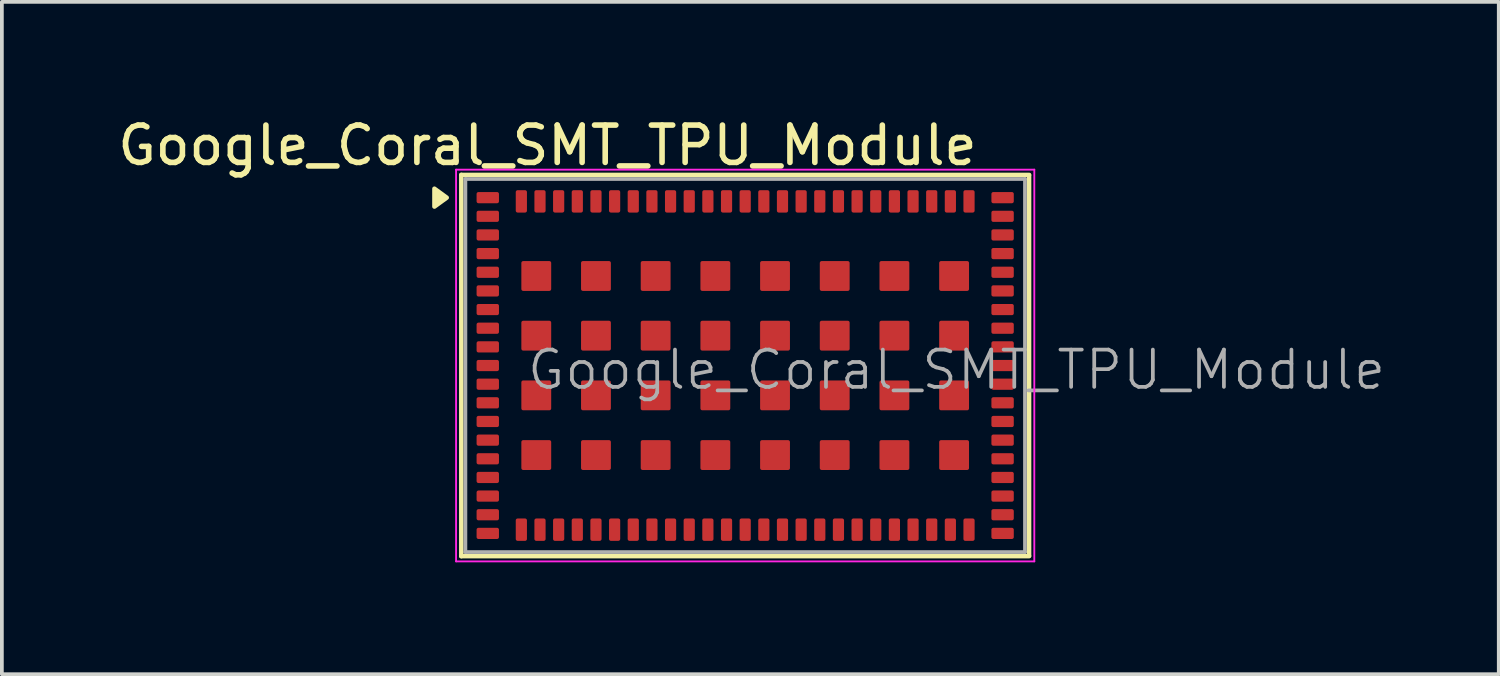
<source format=kicad_pcb>
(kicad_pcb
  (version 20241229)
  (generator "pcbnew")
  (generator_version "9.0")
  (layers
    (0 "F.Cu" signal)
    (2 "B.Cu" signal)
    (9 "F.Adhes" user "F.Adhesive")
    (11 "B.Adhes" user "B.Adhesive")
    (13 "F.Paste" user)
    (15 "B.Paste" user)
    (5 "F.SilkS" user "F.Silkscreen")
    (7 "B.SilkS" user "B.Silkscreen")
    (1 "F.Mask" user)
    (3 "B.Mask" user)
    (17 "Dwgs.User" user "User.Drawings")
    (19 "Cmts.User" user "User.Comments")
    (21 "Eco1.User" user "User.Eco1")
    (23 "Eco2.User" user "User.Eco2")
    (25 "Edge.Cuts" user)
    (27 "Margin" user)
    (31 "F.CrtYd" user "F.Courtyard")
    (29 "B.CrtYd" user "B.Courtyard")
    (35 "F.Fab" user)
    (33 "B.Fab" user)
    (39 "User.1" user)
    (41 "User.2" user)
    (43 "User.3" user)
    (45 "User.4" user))
  (footprint "Google_Coral_SMT_TPU_Module"
    (layer "F.Cu")
    (at 10.025 2.248)
    (property "Reference" "Google_Coral_SMT_TPU_Module" (at 1.6 -1.4 180) (layer "F.SilkS") (effects (font (size 1 1) (thickness 0.15))))
    (attr smd)
    (fp_line (start -0.71 -0.61) (end 14.51 -0.61) (stroke (width 0.12) (type solid)) (layer "F.SilkS"))
    (fp_line (start -0.71 9.61) (end -0.71 -0.61) (stroke (width 0.12) (type solid)) (layer "F.SilkS"))
    (fp_line (start 14.51 -0.6) (end 14.51 9.6) (stroke (width 0.12) (type solid)) (layer "F.SilkS"))
    (fp_line (start 14.51 9.61) (end -0.71 9.61) (stroke (width 0.12) (type solid)) (layer "F.SilkS"))
    (fp_poly (pts (xy -1.1 0) (xy -1.43 0.24) (xy -1.43 -0.24) (xy -1.1 0)) (stroke (width 0.12) (type solid)) (fill yes) (layer "F.SilkS"))
    (fp_line (start -0.85 -0.75) (end 14.65 -0.75) (stroke (width 0.05) (type solid)) (layer "F.CrtYd"))
    (fp_line (start -0.85 9.75) (end -0.85 -0.75) (stroke (width 0.05) (type solid)) (layer "F.CrtYd"))
    (fp_line (start 14.65 -0.75) (end 14.65 9.75) (stroke (width 0.05) (type solid)) (layer "F.CrtYd"))
    (fp_line (start 14.65 9.75) (end -0.85 9.75) (stroke (width 0.05) (type solid)) (layer "F.CrtYd"))
    (fp_line (start -0.6 -0.5) (end 14.4 -0.5) (stroke (width 0.1) (type solid)) (layer "F.Fab"))
    (fp_line (start -0.6 9.5) (end -0.6 -0.5) (stroke (width 0.1) (type solid)) (layer "F.Fab"))
    (fp_line (start 14.4 -0.5) (end 14.4 9.5) (stroke (width 0.1) (type solid)) (layer "F.Fab"))
    (fp_line (start 14.4 9.5) (end -0.6 9.5) (stroke (width 0.1) (type solid)) (layer "F.Fab"))
    (fp_text user "${REFERENCE}" (at 1 5.2 0) (unlocked yes) (layer "F.Fab") (effects (font (size 1 1) (thickness 0.1)) (justify left bottom)))
    (pad "1" smd roundrect (at 0 0 270) (size 0.3 0.6) (layers "F.Cu" "F.Mask" "F.Paste") (roundrect_rratio 0.167))
    (pad "2" smd roundrect (at 0 0.5 270) (size 0.3 0.6) (layers "F.Cu" "F.Mask" "F.Paste") (roundrect_rratio 0.167))
    (pad "3" smd roundrect (at 0 1 270) (size 0.3 0.6) (layers "F.Cu" "F.Mask" "F.Paste") (roundrect_rratio 0.167))
    (pad "4" smd roundrect (at 0 1.5 270) (size 0.3 0.6) (layers "F.Cu" "F.Mask" "F.Paste") (roundrect_rratio 0.167))
    (pad "5" smd roundrect (at 0 2 270) (size 0.3 0.6) (layers "F.Cu" "F.Mask" "F.Paste") (roundrect_rratio 0.167))
    (pad "6" smd roundrect (at 0 2.5 270) (size 0.3 0.6) (layers "F.Cu" "F.Mask" "F.Paste") (roundrect_rratio 0.167))
    (pad "7" smd roundrect (at 0 3 270) (size 0.3 0.6) (layers "F.Cu" "F.Mask" "F.Paste") (roundrect_rratio 0.167))
    (pad "8" smd roundrect (at 0 3.5 270) (size 0.3 0.6) (layers "F.Cu" "F.Mask" "F.Paste") (roundrect_rratio 0.167))
    (pad "9" smd roundrect (at 0 4 270) (size 0.3 0.6) (layers "F.Cu" "F.Mask" "F.Paste") (roundrect_rratio 0.167))
    (pad "10" smd roundrect (at 0 4.5 270) (size 0.3 0.6) (layers "F.Cu" "F.Mask" "F.Paste") (roundrect_rratio 0.167))
    (pad "11" smd roundrect (at 0 5 270) (size 0.3 0.6) (layers "F.Cu" "F.Mask" "F.Paste") (roundrect_rratio 0.167))
    (pad "12" smd roundrect (at 0 5.5 270) (size 0.3 0.6) (layers "F.Cu" "F.Mask" "F.Paste") (roundrect_rratio 0.167))
    (pad "13" smd roundrect (at 0 6 270) (size 0.3 0.6) (layers "F.Cu" "F.Mask" "F.Paste") (roundrect_rratio 0.167))
    (pad "14" smd roundrect (at 0 6.5 270) (size 0.3 0.6) (layers "F.Cu" "F.Mask" "F.Paste") (roundrect_rratio 0.167))
    (pad "15" smd roundrect (at 0 7 270) (size 0.3 0.6) (layers "F.Cu" "F.Mask" "F.Paste") (roundrect_rratio 0.167))
    (pad "16" smd roundrect (at 0 7.5 270) (size 0.3 0.6) (layers "F.Cu" "F.Mask" "F.Paste") (roundrect_rratio 0.167))
    (pad "17" smd roundrect (at 0 8 270) (size 0.3 0.6) (layers "F.Cu" "F.Mask" "F.Paste") (roundrect_rratio 0.167))
    (pad "18" smd roundrect (at 0 8.5 270) (size 0.3 0.6) (layers "F.Cu" "F.Mask" "F.Paste") (roundrect_rratio 0.167))
    (pad "19" smd roundrect (at 0 9 270) (size 0.3 0.6) (layers "F.Cu" "F.Mask" "F.Paste") (roundrect_rratio 0.167))
    (pad "20" smd roundrect (at 0.9 8.9 270) (size 0.6 0.3) (layers "F.Cu" "F.Mask" "F.Paste") (roundrect_rratio 0.167))
    (pad "21" smd roundrect (at 1.4 8.9 270) (size 0.6 0.3) (layers "F.Cu" "F.Mask" "F.Paste") (roundrect_rratio 0.167))
    (pad "22" smd roundrect (at 1.9 8.9 270) (size 0.6 0.3) (layers "F.Cu" "F.Mask" "F.Paste") (roundrect_rratio 0.167))
    (pad "23" smd roundrect (at 2.4 8.9 270) (size 0.6 0.3) (layers "F.Cu" "F.Mask" "F.Paste") (roundrect_rratio 0.167))
    (pad "24" smd roundrect (at 2.9 8.9 270) (size 0.6 0.3) (layers "F.Cu" "F.Mask" "F.Paste") (roundrect_rratio 0.167))
    (pad "25" smd roundrect (at 3.4 8.9 270) (size 0.6 0.3) (layers "F.Cu" "F.Mask" "F.Paste") (roundrect_rratio 0.167))
    (pad "26" smd roundrect (at 3.9 8.9 270) (size 0.6 0.3) (layers "F.Cu" "F.Mask" "F.Paste") (roundrect_rratio 0.167))
    (pad "27" smd roundrect (at 4.4 8.9 270) (size 0.6 0.3) (layers "F.Cu" "F.Mask" "F.Paste") (roundrect_rratio 0.167))
    (pad "28" smd roundrect (at 4.9 8.9 270) (size 0.6 0.3) (layers "F.Cu" "F.Mask" "F.Paste") (roundrect_rratio 0.167))
    (pad "29" smd roundrect (at 5.4 8.9 270) (size 0.6 0.3) (layers "F.Cu" "F.Mask" "F.Paste") (roundrect_rratio 0.167))
    (pad "30" smd roundrect (at 5.9 8.9 270) (size 0.6 0.3) (layers "F.Cu" "F.Mask" "F.Paste") (roundrect_rratio 0.167))
    (pad "31" smd roundrect (at 6.4 8.9 270) (size 0.6 0.3) (layers "F.Cu" "F.Mask" "F.Paste") (roundrect_rratio 0.167))
    (pad "32" smd roundrect (at 6.9 8.9 270) (size 0.6 0.3) (layers "F.Cu" "F.Mask" "F.Paste") (roundrect_rratio 0.167))
    (pad "33" smd roundrect (at 7.4 8.9 270) (size 0.6 0.3) (layers "F.Cu" "F.Mask" "F.Paste") (roundrect_rratio 0.167))
    (pad "34" smd roundrect (at 7.9 8.9 270) (size 0.6 0.3) (layers "F.Cu" "F.Mask" "F.Paste") (roundrect_rratio 0.167))
    (pad "35" smd roundrect (at 8.4 8.9 270) (size 0.6 0.3) (layers "F.Cu" "F.Mask" "F.Paste") (roundrect_rratio 0.167))
    (pad "36" smd roundrect (at 8.9 8.9 270) (size 0.6 0.3) (layers "F.Cu" "F.Mask" "F.Paste") (roundrect_rratio 0.167))
    (pad "37" smd roundrect (at 9.4 8.9 270) (size 0.6 0.3) (layers "F.Cu" "F.Mask" "F.Paste") (roundrect_rratio 0.167))
    (pad "38" smd roundrect (at 9.9 8.9 270) (size 0.6 0.3) (layers "F.Cu" "F.Mask" "F.Paste") (roundrect_rratio 0.167))
    (pad "39" smd roundrect (at 10.4 8.9 270) (size 0.6 0.3) (layers "F.Cu" "F.Mask" "F.Paste") (roundrect_rratio 0.167))
    (pad "40" smd roundrect (at 10.9 8.9 270) (size 0.6 0.3) (layers "F.Cu" "F.Mask" "F.Paste") (roundrect_rratio 0.167))
    (pad "41" smd roundrect (at 11.4 8.9 270) (size 0.6 0.3) (layers "F.Cu" "F.Mask" "F.Paste") (roundrect_rratio 0.167))
    (pad "42" smd roundrect (at 11.9 8.9 270) (size 0.6 0.3) (layers "F.Cu" "F.Mask" "F.Paste") (roundrect_rratio 0.167))
    (pad "43" smd roundrect (at 12.4 8.9 270) (size 0.6 0.3) (layers "F.Cu" "F.Mask" "F.Paste") (roundrect_rratio 0.167))
    (pad "44" smd roundrect (at 12.9 8.9 270) (size 0.6 0.3) (layers "F.Cu" "F.Mask" "F.Paste") (roundrect_rratio 0.167))
    (pad "45" smd roundrect (at 13.8 9 270) (size 0.3 0.6) (layers "F.Cu" "F.Mask" "F.Paste") (roundrect_rratio 0.167))
    (pad "46" smd roundrect (at 13.8 8.5 270) (size 0.3 0.6) (layers "F.Cu" "F.Mask" "F.Paste") (roundrect_rratio 0.167))
    (pad "47" smd roundrect (at 13.8 8 270) (size 0.3 0.6) (layers "F.Cu" "F.Mask" "F.Paste") (roundrect_rratio 0.167))
    (pad "48" smd roundrect (at 13.8 7.5 270) (size 0.3 0.6) (layers "F.Cu" "F.Mask" "F.Paste") (roundrect_rratio 0.167))
    (pad "49" smd roundrect (at 13.8 7 270) (size 0.3 0.6) (layers "F.Cu" "F.Mask" "F.Paste") (roundrect_rratio 0.167))
    (pad "50" smd roundrect (at 13.8 6.5 270) (size 0.3 0.6) (layers "F.Cu" "F.Mask" "F.Paste") (roundrect_rratio 0.167))
    (pad "51" smd roundrect (at 13.8 6 270) (size 0.3 0.6) (layers "F.Cu" "F.Mask" "F.Paste") (roundrect_rratio 0.167))
    (pad "52" smd roundrect (at 13.8 5.5 270) (size 0.3 0.6) (layers "F.Cu" "F.Mask" "F.Paste") (roundrect_rratio 0.167))
    (pad "53" smd roundrect (at 13.8 5 270) (size 0.3 0.6) (layers "F.Cu" "F.Mask" "F.Paste") (roundrect_rratio 0.167))
    (pad "54" smd roundrect (at 13.8 4.5 270) (size 0.3 0.6) (layers "F.Cu" "F.Mask" "F.Paste") (roundrect_rratio 0.167))
    (pad "55" smd roundrect (at 13.8 4 270) (size 0.3 0.6) (layers "F.Cu" "F.Mask" "F.Paste") (roundrect_rratio 0.167))
    (pad "56" smd roundrect (at 13.8 3.5 270) (size 0.3 0.6) (layers "F.Cu" "F.Mask" "F.Paste") (roundrect_rratio 0.167))
    (pad "57" smd roundrect (at 13.8 3 270) (size 0.3 0.6) (layers "F.Cu" "F.Mask" "F.Paste") (roundrect_rratio 0.167))
    (pad "58" smd roundrect (at 13.8 2.5 270) (size 0.3 0.6) (layers "F.Cu" "F.Mask" "F.Paste") (roundrect_rratio 0.167))
    (pad "59" smd roundrect (at 13.8 2 270) (size 0.3 0.6) (layers "F.Cu" "F.Mask" "F.Paste") (roundrect_rratio 0.167))
    (pad "60" smd roundrect (at 13.8 1.5 270) (size 0.3 0.6) (layers "F.Cu" "F.Mask" "F.Paste") (roundrect_rratio 0.167))
    (pad "61" smd roundrect (at 13.8 1 270) (size 0.3 0.6) (layers "F.Cu" "F.Mask" "F.Paste") (roundrect_rratio 0.167))
    (pad "62" smd roundrect (at 13.8 0.5 270) (size 0.3 0.6) (layers "F.Cu" "F.Mask" "F.Paste") (roundrect_rratio 0.167))
    (pad "63" smd roundrect (at 13.8 0 270) (size 0.3 0.6) (layers "F.Cu" "F.Mask" "F.Paste") (roundrect_rratio 0.167))
    (pad "64" smd roundrect (at 12.9 0.1 270) (size 0.6 0.3) (layers "F.Cu" "F.Mask" "F.Paste") (roundrect_rratio 0.167))
    (pad "65" smd roundrect (at 12.4 0.1 270) (size 0.6 0.3) (layers "F.Cu" "F.Mask" "F.Paste") (roundrect_rratio 0.167))
    (pad "66" smd roundrect (at 11.9 0.1 270) (size 0.6 0.3) (layers "F.Cu" "F.Mask" "F.Paste") (roundrect_rratio 0.167))
    (pad "67" smd roundrect (at 11.4 0.1 270) (size 0.6 0.3) (layers "F.Cu" "F.Mask" "F.Paste") (roundrect_rratio 0.167))
    (pad "68" smd roundrect (at 10.9 0.1 270) (size 0.6 0.3) (layers "F.Cu" "F.Mask" "F.Paste") (roundrect_rratio 0.167))
    (pad "69" smd roundrect (at 10.4 0.1 270) (size 0.6 0.3) (layers "F.Cu" "F.Mask" "F.Paste") (roundrect_rratio 0.167))
    (pad "70" smd roundrect (at 9.9 0.1 270) (size 0.6 0.3) (layers "F.Cu" "F.Mask" "F.Paste") (roundrect_rratio 0.167))
    (pad "71" smd roundrect (at 9.4 0.1 270) (size 0.6 0.3) (layers "F.Cu" "F.Mask" "F.Paste") (roundrect_rratio 0.167))
    (pad "72" smd roundrect (at 8.9 0.1 270) (size 0.6 0.3) (layers "F.Cu" "F.Mask" "F.Paste") (roundrect_rratio 0.167))
    (pad "73" smd roundrect (at 8.4 0.1 270) (size 0.6 0.3) (layers "F.Cu" "F.Mask" "F.Paste") (roundrect_rratio 0.167))
    (pad "74" smd roundrect (at 7.9 0.1 270) (size 0.6 0.3) (layers "F.Cu" "F.Mask" "F.Paste") (roundrect_rratio 0.167))
    (pad "75" smd roundrect (at 7.4 0.1 270) (size 0.6 0.3) (layers "F.Cu" "F.Mask" "F.Paste") (roundrect_rratio 0.167))
    (pad "76" smd roundrect (at 6.9 0.1 270) (size 0.6 0.3) (layers "F.Cu" "F.Mask" "F.Paste") (roundrect_rratio 0.167))
    (pad "77" smd roundrect (at 6.4 0.1 270) (size 0.6 0.3) (layers "F.Cu" "F.Mask" "F.Paste") (roundrect_rratio 0.167))
    (pad "78" smd roundrect (at 5.9 0.1 270) (size 0.6 0.3) (layers "F.Cu" "F.Mask" "F.Paste") (roundrect_rratio 0.167))
    (pad "79" smd roundrect (at 5.4 0.1 270) (size 0.6 0.3) (layers "F.Cu" "F.Mask" "F.Paste") (roundrect_rratio 0.167))
    (pad "80" smd roundrect (at 4.9 0.1 270) (size 0.6 0.3) (layers "F.Cu" "F.Mask" "F.Paste") (roundrect_rratio 0.167))
    (pad "81" smd roundrect (at 4.4 0.1 270) (size 0.6 0.3) (layers "F.Cu" "F.Mask" "F.Paste") (roundrect_rratio 0.167))
    (pad "82" smd roundrect (at 3.9 0.1 270) (size 0.6 0.3) (layers "F.Cu" "F.Mask" "F.Paste") (roundrect_rratio 0.167))
    (pad "83" smd roundrect (at 3.4 0.1 270) (size 0.6 0.3) (layers "F.Cu" "F.Mask" "F.Paste") (roundrect_rratio 0.167))
    (pad "84" smd roundrect (at 2.9 0.1 270) (size 0.6 0.3) (layers "F.Cu" "F.Mask" "F.Paste") (roundrect_rratio 0.167))
    (pad "85" smd roundrect (at 2.4 0.1 270) (size 0.6 0.3) (layers "F.Cu" "F.Mask" "F.Paste") (roundrect_rratio 0.167))
    (pad "86" smd roundrect (at 1.9 0.1 270) (size 0.6 0.3) (layers "F.Cu" "F.Mask" "F.Paste") (roundrect_rratio 0.167))
    (pad "87" smd roundrect (at 1.4 0.1 270) (size 0.6 0.3) (layers "F.Cu" "F.Mask" "F.Paste") (roundrect_rratio 0.167))
    (pad "88" smd roundrect (at 0.9 0.1 270) (size 0.6 0.3) (layers "F.Cu" "F.Mask" "F.Paste") (roundrect_rratio 0.167))
    (pad "89" smd roundrect (at 12.5 2.1 270) (size 0.8 0.8) (layers "F.Cu" "F.Mask" "F.Paste") (roundrect_rratio 0.062))
    (pad "90" smd roundrect (at 10.9 2.1 270) (size 0.8 0.8) (layers "F.Cu" "F.Mask" "F.Paste") (roundrect_rratio 0.062))
    (pad "91" smd roundrect (at 9.3 2.1 270) (size 0.8 0.8) (layers "F.Cu" "F.Mask" "F.Paste") (roundrect_rratio 0.062))
    (pad "92" smd roundrect (at 7.7 2.1 270) (size 0.8 0.8) (layers "F.Cu" "F.Mask" "F.Paste") (roundrect_rratio 0.062))
    (pad "93" smd roundrect (at 6.1 2.1 270) (size 0.8 0.8) (layers "F.Cu" "F.Mask" "F.Paste") (roundrect_rratio 0.062))
    (pad "94" smd roundrect (at 4.5 2.1 270) (size 0.8 0.8) (layers "F.Cu" "F.Mask" "F.Paste") (roundrect_rratio 0.062))
    (pad "95" smd roundrect (at 2.9 2.1 270) (size 0.8 0.8) (layers "F.Cu" "F.Mask" "F.Paste") (roundrect_rratio 0.062))
    (pad "96" smd roundrect (at 1.3 2.1 270) (size 0.8 0.8) (layers "F.Cu" "F.Mask" "F.Paste") (roundrect_rratio 0.062))
    (pad "97" smd roundrect (at 12.5 3.7 270) (size 0.8 0.8) (layers "F.Cu" "F.Mask" "F.Paste") (roundrect_rratio 0.062))
    (pad "98" smd roundrect (at 10.9 3.7 270) (size 0.8 0.8) (layers "F.Cu" "F.Mask" "F.Paste") (roundrect_rratio 0.062))
    (pad "99" smd roundrect (at 9.3 3.7 270) (size 0.8 0.8) (layers "F.Cu" "F.Mask" "F.Paste") (roundrect_rratio 0.062))
    (pad "100" smd roundrect (at 7.7 3.7 270) (size 0.8 0.8) (layers "F.Cu" "F.Mask" "F.Paste") (roundrect_rratio 0.062))
    (pad "101" smd roundrect (at 6.1 3.7 270) (size 0.8 0.8) (layers "F.Cu" "F.Mask" "F.Paste") (roundrect_rratio 0.062))
    (pad "102" smd roundrect (at 4.5 3.7 270) (size 0.8 0.8) (layers "F.Cu" "F.Mask" "F.Paste") (roundrect_rratio 0.062))
    (pad "103" smd roundrect (at 2.9 3.7 270) (size 0.8 0.8) (layers "F.Cu" "F.Mask" "F.Paste") (roundrect_rratio 0.062))
    (pad "104" smd roundrect (at 1.3 3.7 270) (size 0.8 0.8) (layers "F.Cu" "F.Mask" "F.Paste") (roundrect_rratio 0.062))
    (pad "105" smd roundrect (at 12.5 5.3 270) (size 0.8 0.8) (layers "F.Cu" "F.Mask" "F.Paste") (roundrect_rratio 0.062))
    (pad "106" smd roundrect (at 10.9 5.3 270) (size 0.8 0.8) (layers "F.Cu" "F.Mask" "F.Paste") (roundrect_rratio 0.062))
    (pad "107" smd roundrect (at 9.3 5.3 270) (size 0.8 0.8) (layers "F.Cu" "F.Mask" "F.Paste") (roundrect_rratio 0.062))
    (pad "108" smd roundrect (at 7.7 5.3 270) (size 0.8 0.8) (layers "F.Cu" "F.Mask" "F.Paste") (roundrect_rratio 0.062))
    (pad "109" smd roundrect (at 6.1 5.3 270) (size 0.8 0.8) (layers "F.Cu" "F.Mask" "F.Paste") (roundrect_rratio 0.062))
    (pad "110" smd roundrect (at 4.5 5.3 270) (size 0.8 0.8) (layers "F.Cu" "F.Mask" "F.Paste") (roundrect_rratio 0.062))
    (pad "111" smd roundrect (at 2.9 5.3 270) (size 0.8 0.8) (layers "F.Cu" "F.Mask" "F.Paste") (roundrect_rratio 0.062))
    (pad "112" smd roundrect (at 1.3 5.3 270) (size 0.8 0.8) (layers "F.Cu" "F.Mask" "F.Paste") (roundrect_rratio 0.062))
    (pad "113" smd roundrect (at 12.5 6.9 270) (size 0.8 0.8) (layers "F.Cu" "F.Mask" "F.Paste") (roundrect_rratio 0.062))
    (pad "114" smd roundrect (at 10.9 6.9 270) (size 0.8 0.8) (layers "F.Cu" "F.Mask" "F.Paste") (roundrect_rratio 0.062))
    (pad "115" smd roundrect (at 9.3 6.9 270) (size 0.8 0.8) (layers "F.Cu" "F.Mask" "F.Paste") (roundrect_rratio 0.062))
    (pad "116" smd roundrect (at 7.7 6.9 270) (size 0.8 0.8) (layers "F.Cu" "F.Mask" "F.Paste") (roundrect_rratio 0.062))
    (pad "117" smd roundrect (at 6.1 6.9 270) (size 0.8 0.8) (layers "F.Cu" "F.Mask" "F.Paste") (roundrect_rratio 0.062))
    (pad "118" smd roundrect (at 4.5 6.9 270) (size 0.8 0.8) (layers "F.Cu" "F.Mask" "F.Paste") (roundrect_rratio 0.062))
    (pad "119" smd roundrect (at 2.9 6.9 270) (size 0.8 0.8) (layers "F.Cu" "F.Mask" "F.Paste") (roundrect_rratio 0.062))
    (pad "120" smd roundrect (at 1.3 6.9 270) (size 0.8 0.8) (layers "F.Cu" "F.Mask" "F.Paste") (roundrect_rratio 0.062)))
  (gr_rect
    (start -3 -3)
    (end 37.125 15.023)
    (stroke (width 0.1) (type default))
    (fill no)
    (layer "Edge.Cuts")))
</source>
